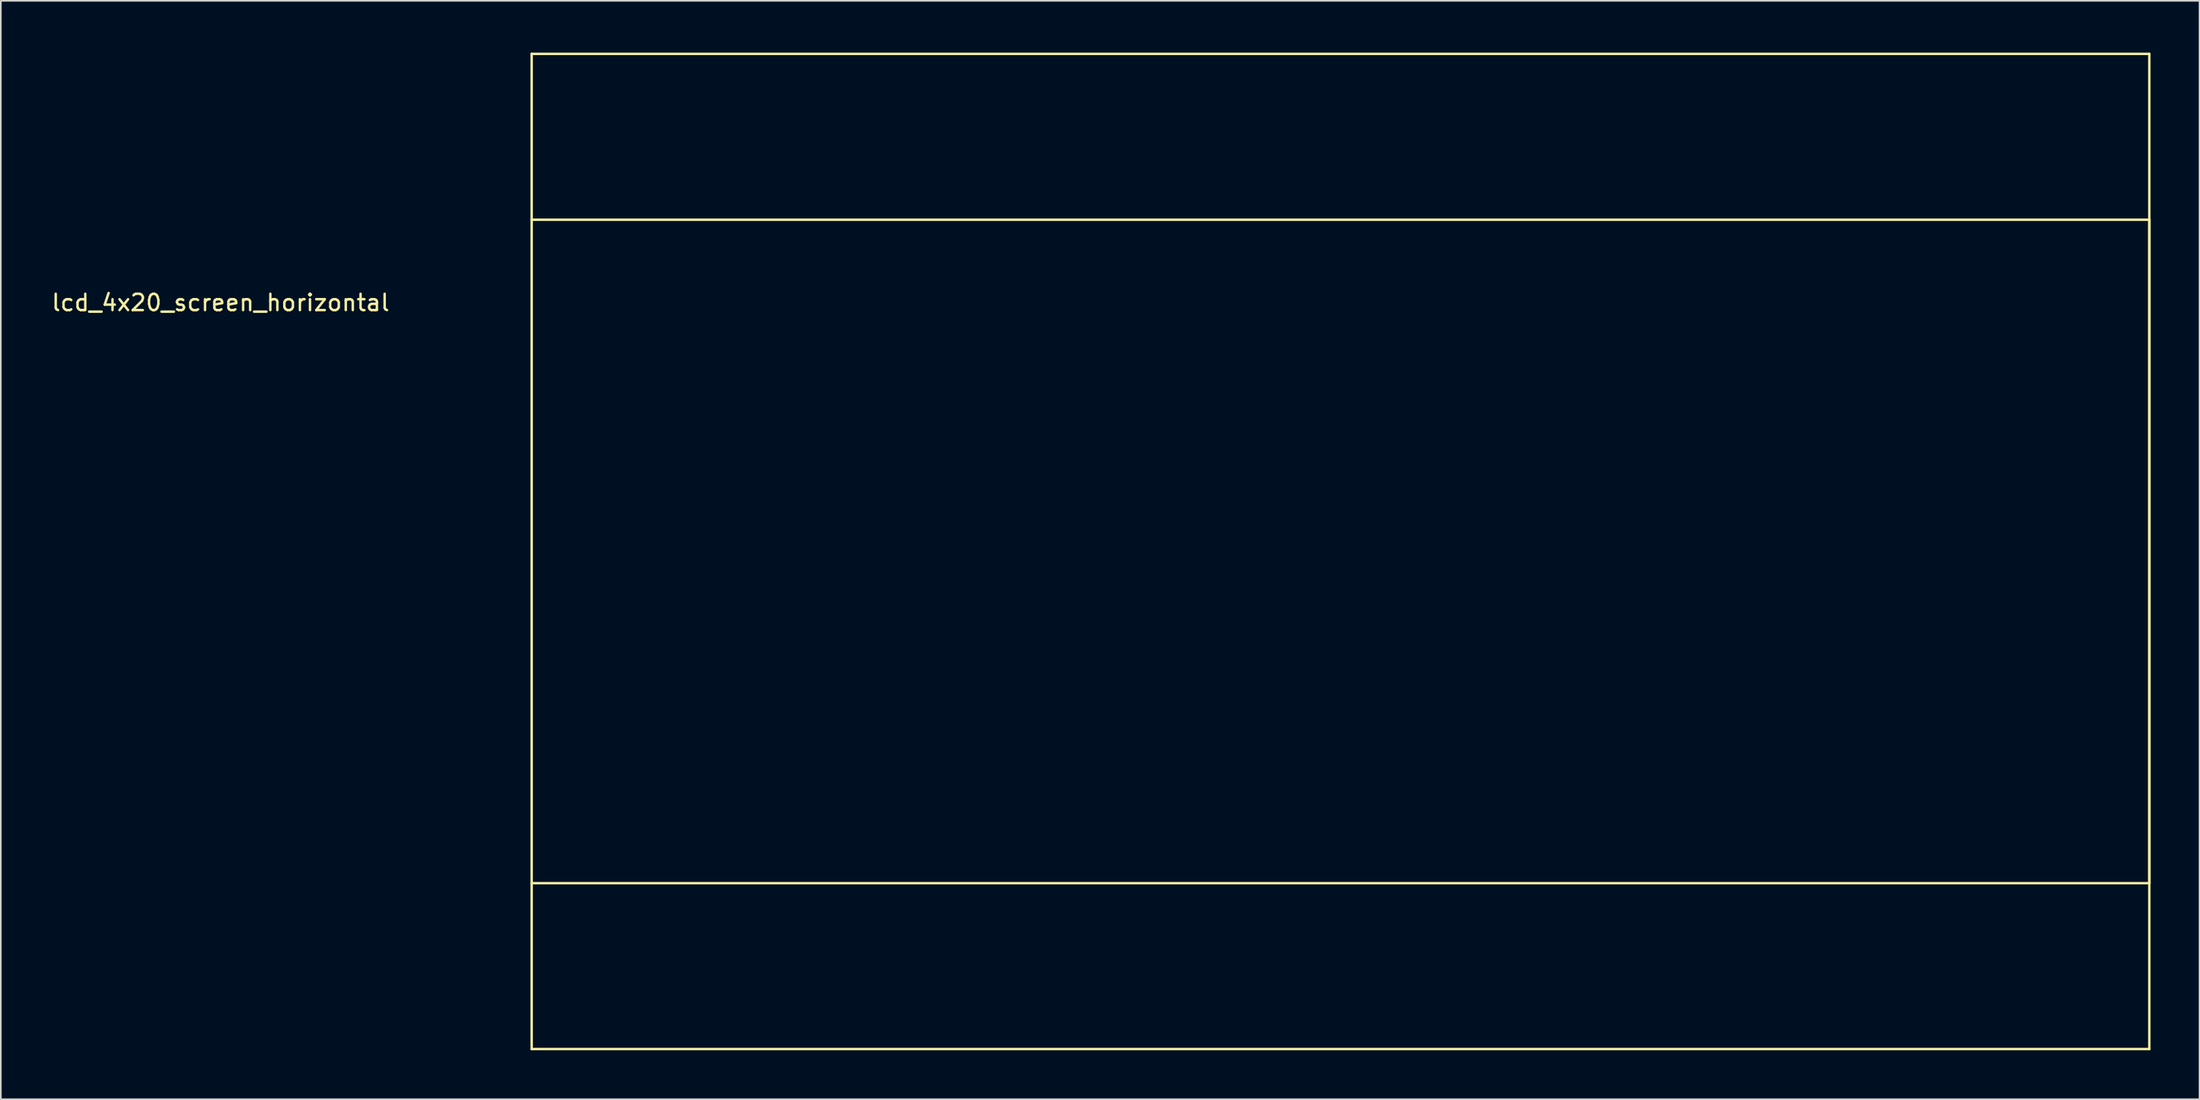
<source format=kicad_pcb>
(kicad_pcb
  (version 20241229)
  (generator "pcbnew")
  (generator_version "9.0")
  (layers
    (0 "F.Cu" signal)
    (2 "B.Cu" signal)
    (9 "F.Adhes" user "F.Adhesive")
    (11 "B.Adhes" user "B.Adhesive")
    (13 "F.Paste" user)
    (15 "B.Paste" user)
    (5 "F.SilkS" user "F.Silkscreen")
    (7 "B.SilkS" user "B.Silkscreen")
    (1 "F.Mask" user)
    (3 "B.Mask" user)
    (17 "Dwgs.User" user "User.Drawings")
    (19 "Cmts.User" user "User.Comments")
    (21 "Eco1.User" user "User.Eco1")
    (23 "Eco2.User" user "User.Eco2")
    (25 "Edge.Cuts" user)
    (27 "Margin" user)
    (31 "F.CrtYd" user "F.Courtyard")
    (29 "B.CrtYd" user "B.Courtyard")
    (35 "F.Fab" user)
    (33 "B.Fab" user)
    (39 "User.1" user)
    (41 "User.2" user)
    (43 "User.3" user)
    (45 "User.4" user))
  (footprint "lcd_4x20_screen_horizontal"
    (layer "F.Cu")
    (at 29.508 0.25)
    (property "Reference" "lcd_4x20_screen_horizontal" (at -19.05 15.24 0) (layer "F.SilkS") (effects (font (size 1 1) (thickness 0.15))))
    (attr through_hole)
    (fp_line (start 0 0) (end 99.06 0) (stroke (width 0.15) (type solid)) (layer "F.SilkS"))
    (fp_line (start 0 10.16) (end 99.06 10.16) (stroke (width 0.15) (type solid)) (layer "F.SilkS"))
    (fp_line (start 0 60.96) (end 0 0) (stroke (width 0.15) (type solid)) (layer "F.SilkS"))
    (fp_line (start 99.06 0) (end 99.06 60.96) (stroke (width 0.15) (type solid)) (layer "F.SilkS"))
    (fp_line (start 99.06 10.16) (end 99.06 50.8) (stroke (width 0.15) (type solid)) (layer "F.SilkS"))
    (fp_line (start 99.06 50.8) (end 0 50.8) (stroke (width 0.15) (type solid)) (layer "F.SilkS"))
    (fp_line (start 99.06 60.96) (end 0 60.96) (stroke (width 0.15) (type solid)) (layer "F.SilkS")))
  (gr_rect
    (start -3 -3)
    (end 131.643 64.285)
    (stroke (width 0.1) (type default))
    (fill no)
    (layer "Edge.Cuts")))
</source>
